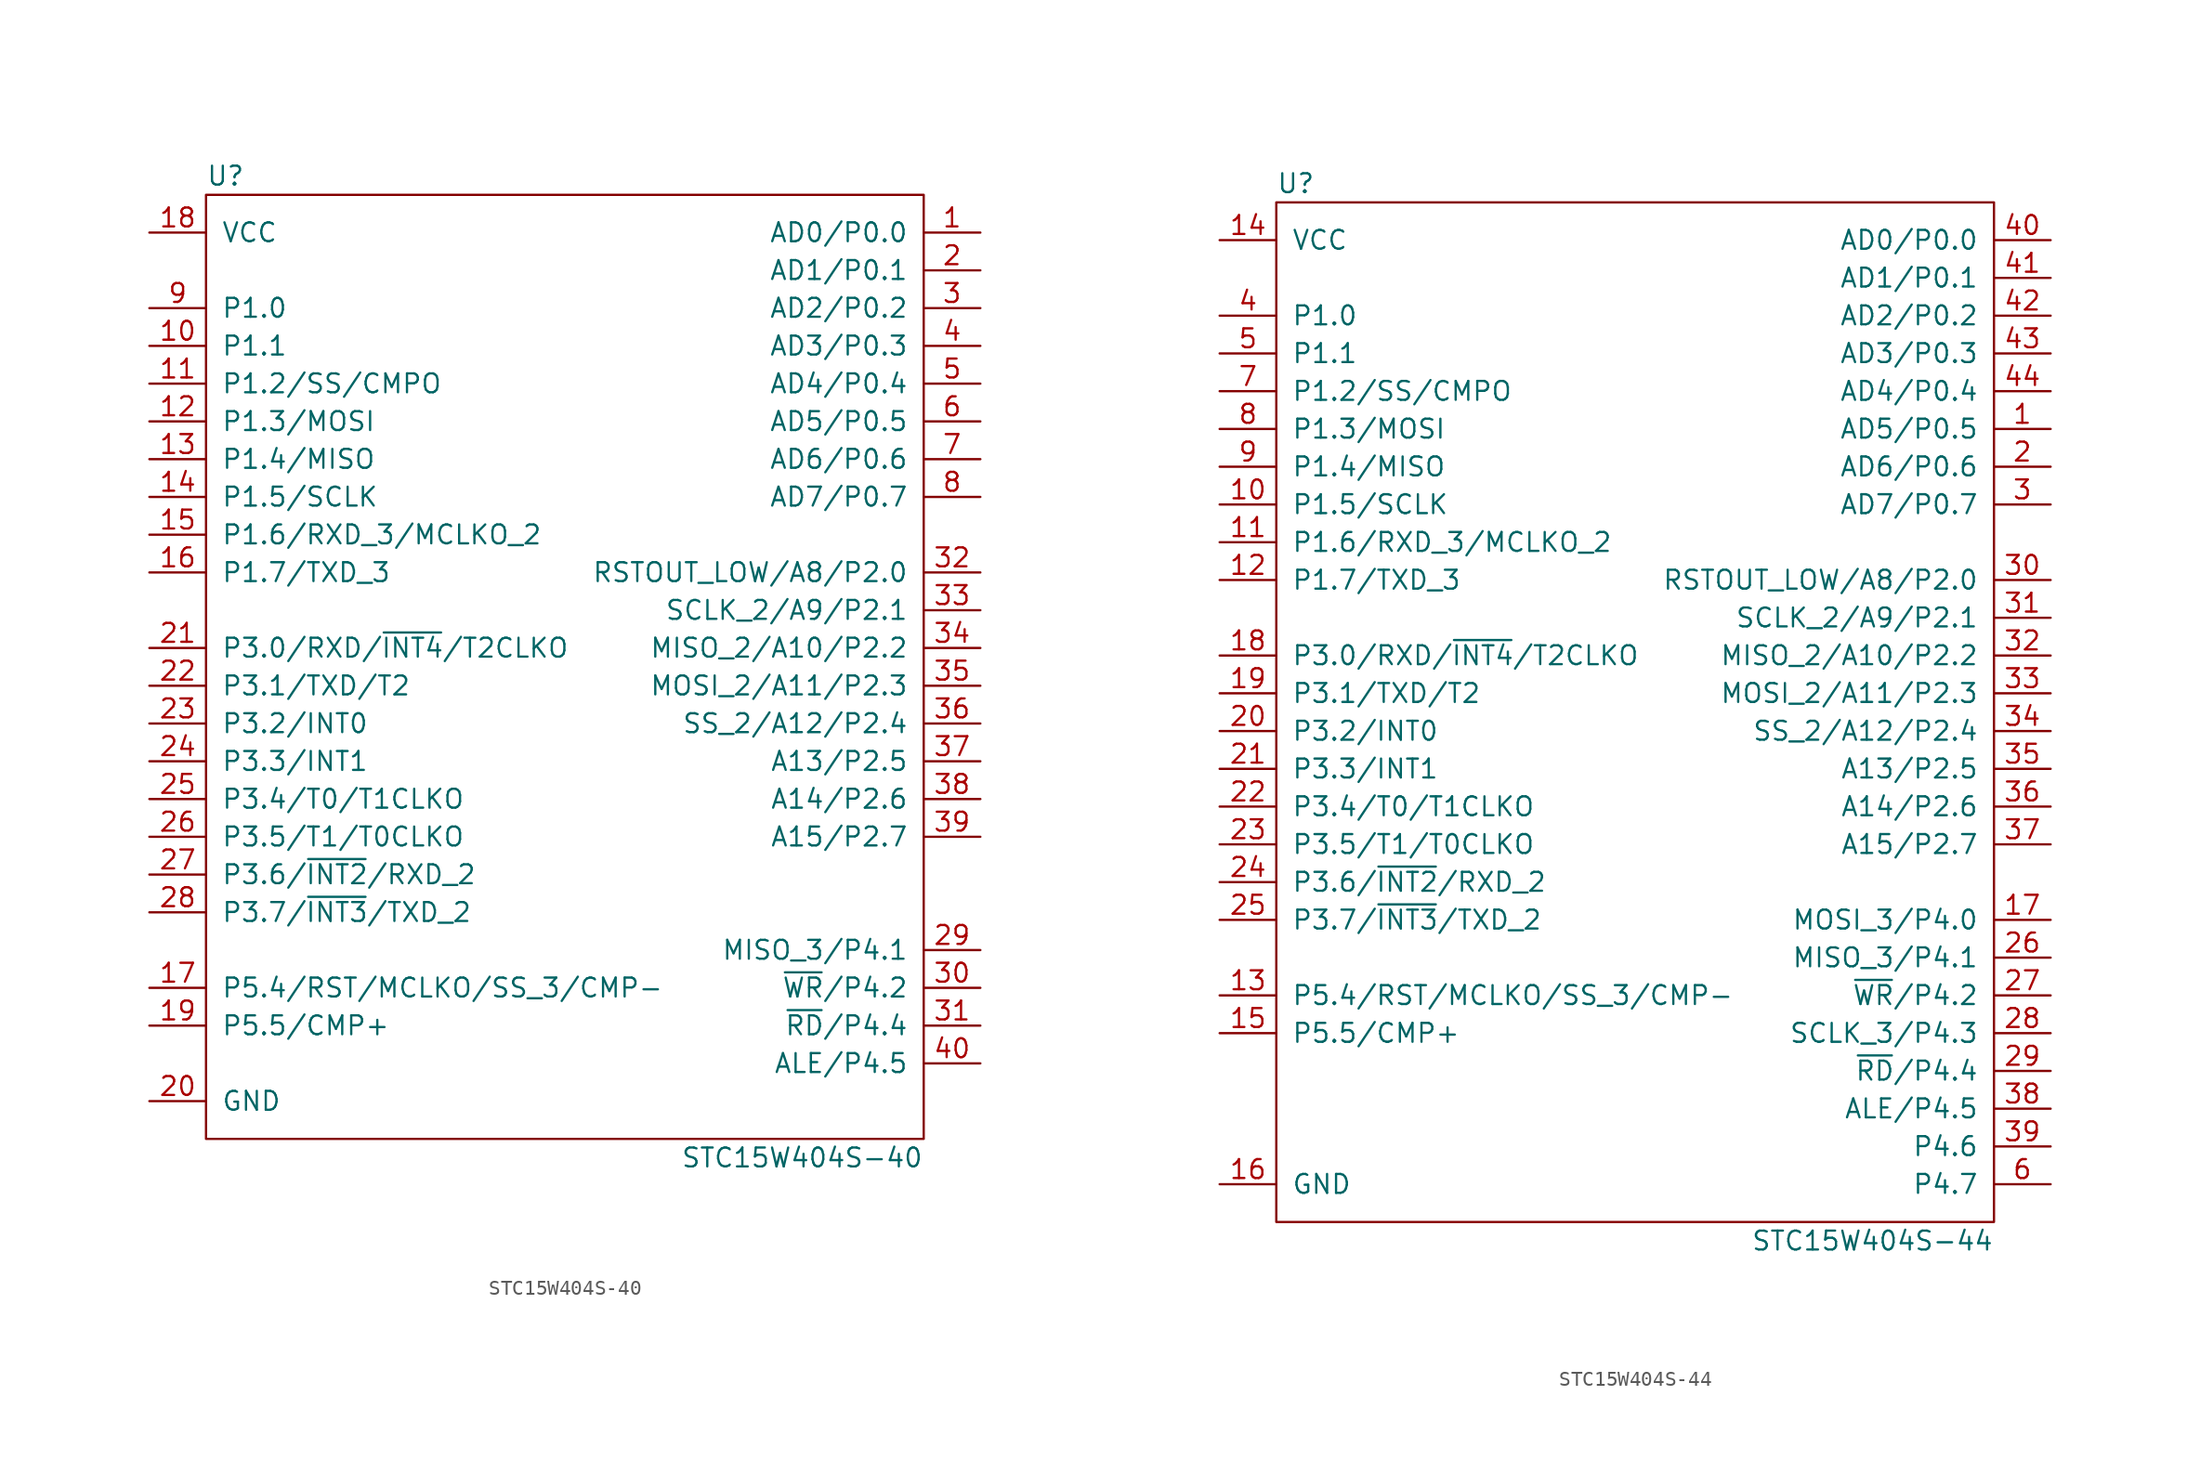
<source format=kicad_sym>
(kicad_symbol_lib
  (version 20211014)
  (generator kicad_symbol_editor)
  (symbol "STC15W404S-40"
    (pin_names
      (offset 1.016))
    (property "Reference" "U"
      (at -24.13 31.75 0)
      (effects (font (size 1.27 1.27)) (justify left)))
    (property "Value" "STC15W404S-40"
      (at 24.13 -34.29 0)
      (effects (font (size 1.27 1.27)) (justify right)))
    (symbol "STC15W404S-40_0_1"
      (rectangle (start -24.13 30.48) (end 24.13 -33.02) (stroke (width 0.152) (type default) (color 0 0 0 0)) (fill (type none))))
    (symbol "STC15W404S-40_1_1"
      (pin tri_state line (at 27.94 27.94 180) (length 3.81) (name "AD0/P0.0" (effects (font (size 1.27 1.27)))) (number "1" (effects (font (size 1.27 1.27)))))
      (pin tri_state line (at -27.94 20.32 0) (length 3.81) (name "P1.1" (effects (font (size 1.27 1.27)))) (number "10" (effects (font (size 1.27 1.27)))))
      (pin tri_state line (at -27.94 17.78 0) (length 3.81) (name "P1.2/SS/CMPO" (effects (font (size 1.27 1.27)))) (number "11" (effects (font (size 1.27 1.27)))))
      (pin tri_state line (at -27.94 15.24 0) (length 3.81) (name "P1.3/MOSI" (effects (font (size 1.27 1.27)))) (number "12" (effects (font (size 1.27 1.27)))))
      (pin tri_state line (at -27.94 12.7 0) (length 3.81) (name "P1.4/MISO" (effects (font (size 1.27 1.27)))) (number "13" (effects (font (size 1.27 1.27)))))
      (pin tri_state line (at -27.94 10.16 0) (length 3.81) (name "P1.5/SCLK" (effects (font (size 1.27 1.27)))) (number "14" (effects (font (size 1.27 1.27)))))
      (pin tri_state line (at -27.94 7.62 0) (length 3.81) (name "P1.6/RXD_3/MCLKO_2" (effects (font (size 1.27 1.27)))) (number "15" (effects (font (size 1.27 1.27)))))
      (pin tri_state line (at -27.94 5.08 0) (length 3.81) (name "P1.7/TXD_3" (effects (font (size 1.27 1.27)))) (number "16" (effects (font (size 1.27 1.27)))))
      (pin tri_state line (at -27.94 -22.86 0) (length 3.81) (name "P5.4/RST/MCLKO/SS_3/CMP-" (effects (font (size 1.27 1.27)))) (number "17" (effects (font (size 1.27 1.27)))))
      (pin power_in line (at -27.94 27.94 0) (length 3.81) (name "VCC" (effects (font (size 1.27 1.27)))) (number "18" (effects (font (size 1.27 1.27)))))
      (pin tri_state line (at -27.94 -25.4 0) (length 3.81) (name "P5.5/CMP+" (effects (font (size 1.27 1.27)))) (number "19" (effects (font (size 1.27 1.27)))))
      (pin tri_state line (at 27.94 25.4 180) (length 3.81) (name "AD1/P0.1" (effects (font (size 1.27 1.27)))) (number "2" (effects (font (size 1.27 1.27)))))
      (pin power_in line (at -27.94 -30.48 0) (length 3.81) (name "GND" (effects (font (size 1.27 1.27)))) (number "20" (effects (font (size 1.27 1.27)))))
      (pin tri_state line (at -27.94 0 0) (length 3.81) (name "P3.0/RXD/~{INT4}/T2CLKO" (effects (font (size 1.27 1.27)))) (number "21" (effects (font (size 1.27 1.27)))))
      (pin tri_state line (at -27.94 -2.54 0) (length 3.81) (name "P3.1/TXD/T2" (effects (font (size 1.27 1.27)))) (number "22" (effects (font (size 1.27 1.27)))))
      (pin tri_state line (at -27.94 -5.08 0) (length 3.81) (name "P3.2/INT0" (effects (font (size 1.27 1.27)))) (number "23" (effects (font (size 1.27 1.27)))))
      (pin tri_state line (at -27.94 -7.62 0) (length 3.81) (name "P3.3/INT1" (effects (font (size 1.27 1.27)))) (number "24" (effects (font (size 1.27 1.27)))))
      (pin tri_state line (at -27.94 -10.16 0) (length 3.81) (name "P3.4/T0/T1CLKO" (effects (font (size 1.27 1.27)))) (number "25" (effects (font (size 1.27 1.27)))))
      (pin tri_state line (at -27.94 -12.7 0) (length 3.81) (name "P3.5/T1/T0CLKO" (effects (font (size 1.27 1.27)))) (number "26" (effects (font (size 1.27 1.27)))))
      (pin tri_state line (at -27.94 -15.24 0) (length 3.81) (name "P3.6/~{INT2}/RXD_2" (effects (font (size 1.27 1.27)))) (number "27" (effects (font (size 1.27 1.27)))))
      (pin tri_state line (at -27.94 -17.78 0) (length 3.81) (name "P3.7/~{INT3}/TXD_2" (effects (font (size 1.27 1.27)))) (number "28" (effects (font (size 1.27 1.27)))))
      (pin tri_state line (at 27.94 -20.32 180) (length 3.81) (name "MISO_3/P4.1" (effects (font (size 1.27 1.27)))) (number "29" (effects (font (size 1.27 1.27)))))
      (pin tri_state line (at 27.94 22.86 180) (length 3.81) (name "AD2/P0.2" (effects (font (size 1.27 1.27)))) (number "3" (effects (font (size 1.27 1.27)))))
      (pin tri_state line (at 27.94 -22.86 180) (length 3.81) (name "~{WR}/P4.2" (effects (font (size 1.27 1.27)))) (number "30" (effects (font (size 1.27 1.27)))))
      (pin tri_state line (at 27.94 -25.4 180) (length 3.81) (name "~{RD}/P4.4" (effects (font (size 1.27 1.27)))) (number "31" (effects (font (size 1.27 1.27)))))
      (pin tri_state line (at 27.94 5.08 180) (length 3.81) (name "RSTOUT_LOW/A8/P2.0" (effects (font (size 1.27 1.27)))) (number "32" (effects (font (size 1.27 1.27)))))
      (pin tri_state line (at 27.94 2.54 180) (length 3.81) (name "SCLK_2/A9/P2.1" (effects (font (size 1.27 1.27)))) (number "33" (effects (font (size 1.27 1.27)))))
      (pin tri_state line (at 27.94 0 180) (length 3.81) (name "MISO_2/A10/P2.2" (effects (font (size 1.27 1.27)))) (number "34" (effects (font (size 1.27 1.27)))))
      (pin tri_state line (at 27.94 -2.54 180) (length 3.81) (name "MOSI_2/A11/P2.3" (effects (font (size 1.27 1.27)))) (number "35" (effects (font (size 1.27 1.27)))))
      (pin tri_state line (at 27.94 -5.08 180) (length 3.81) (name "SS_2/A12/P2.4" (effects (font (size 1.27 1.27)))) (number "36" (effects (font (size 1.27 1.27)))))
      (pin tri_state line (at 27.94 -7.62 180) (length 3.81) (name "A13/P2.5" (effects (font (size 1.27 1.27)))) (number "37" (effects (font (size 1.27 1.27)))))
      (pin tri_state line (at 27.94 -10.16 180) (length 3.81) (name "A14/P2.6" (effects (font (size 1.27 1.27)))) (number "38" (effects (font (size 1.27 1.27)))))
      (pin tri_state line (at 27.94 -12.7 180) (length 3.81) (name "A15/P2.7" (effects (font (size 1.27 1.27)))) (number "39" (effects (font (size 1.27 1.27)))))
      (pin tri_state line (at 27.94 20.32 180) (length 3.81) (name "AD3/P0.3" (effects (font (size 1.27 1.27)))) (number "4" (effects (font (size 1.27 1.27)))))
      (pin tri_state line (at 27.94 -27.94 180) (length 3.81) (name "ALE/P4.5" (effects (font (size 1.27 1.27)))) (number "40" (effects (font (size 1.27 1.27)))))
      (pin tri_state line (at 27.94 17.78 180) (length 3.81) (name "AD4/P0.4" (effects (font (size 1.27 1.27)))) (number "5" (effects (font (size 1.27 1.27)))))
      (pin tri_state line (at 27.94 15.24 180) (length 3.81) (name "AD5/P0.5" (effects (font (size 1.27 1.27)))) (number "6" (effects (font (size 1.27 1.27)))))
      (pin tri_state line (at 27.94 12.7 180) (length 3.81) (name "AD6/P0.6" (effects (font (size 1.27 1.27)))) (number "7" (effects (font (size 1.27 1.27)))))
      (pin tri_state line (at 27.94 10.16 180) (length 3.81) (name "AD7/P0.7" (effects (font (size 1.27 1.27)))) (number "8" (effects (font (size 1.27 1.27)))))
      (pin tri_state line (at -27.94 22.86 0) (length 3.81) (name "P1.0" (effects (font (size 1.27 1.27)))) (number "9" (effects (font (size 1.27 1.27)))))))
  (symbol "STC15W404S-44"
    (pin_names
      (offset 1.016))
    (property "Reference" "U"
      (at -24.13 34.29 0)
      (effects (font (size 1.27 1.27)) (justify left)))
    (property "Value" "STC15W404S-44"
      (at 24.13 -36.83 0)
      (effects (font (size 1.27 1.27)) (justify right)))
    (symbol "STC15W404S-44_0_1"
      (rectangle (start -24.13 33.02) (end 24.13 -35.56) (stroke (width 0.152) (type default) (color 0 0 0 0)) (fill (type none))))
    (symbol "STC15W404S-44_1_1"
      (pin tri_state line (at 27.94 17.78 180) (length 3.81) (name "AD5/P0.5" (effects (font (size 1.27 1.27)))) (number "1" (effects (font (size 1.27 1.27)))))
      (pin tri_state line (at -27.94 12.7 0) (length 3.81) (name "P1.5/SCLK" (effects (font (size 1.27 1.27)))) (number "10" (effects (font (size 1.27 1.27)))))
      (pin tri_state line (at -27.94 10.16 0) (length 3.81) (name "P1.6/RXD_3/MCLKO_2" (effects (font (size 1.27 1.27)))) (number "11" (effects (font (size 1.27 1.27)))))
      (pin tri_state line (at -27.94 7.62 0) (length 3.81) (name "P1.7/TXD_3" (effects (font (size 1.27 1.27)))) (number "12" (effects (font (size 1.27 1.27)))))
      (pin tri_state line (at -27.94 -20.32 0) (length 3.81) (name "P5.4/RST/MCLKO/SS_3/CMP-" (effects (font (size 1.27 1.27)))) (number "13" (effects (font (size 1.27 1.27)))))
      (pin power_in line (at -27.94 30.48 0) (length 3.81) (name "VCC" (effects (font (size 1.27 1.27)))) (number "14" (effects (font (size 1.27 1.27)))))
      (pin tri_state line (at -27.94 -22.86 0) (length 3.81) (name "P5.5/CMP+" (effects (font (size 1.27 1.27)))) (number "15" (effects (font (size 1.27 1.27)))))
      (pin power_in line (at -27.94 -33.02 0) (length 3.81) (name "GND" (effects (font (size 1.27 1.27)))) (number "16" (effects (font (size 1.27 1.27)))))
      (pin tri_state line (at 27.94 -15.24 180) (length 3.81) (name "MOSI_3/P4.0" (effects (font (size 1.27 1.27)))) (number "17" (effects (font (size 1.27 1.27)))))
      (pin tri_state line (at -27.94 2.54 0) (length 3.81) (name "P3.0/RXD/~{INT4}/T2CLKO" (effects (font (size 1.27 1.27)))) (number "18" (effects (font (size 1.27 1.27)))))
      (pin tri_state line (at -27.94 0 0) (length 3.81) (name "P3.1/TXD/T2" (effects (font (size 1.27 1.27)))) (number "19" (effects (font (size 1.27 1.27)))))
      (pin tri_state line (at 27.94 15.24 180) (length 3.81) (name "AD6/P0.6" (effects (font (size 1.27 1.27)))) (number "2" (effects (font (size 1.27 1.27)))))
      (pin tri_state line (at -27.94 -2.54 0) (length 3.81) (name "P3.2/INT0" (effects (font (size 1.27 1.27)))) (number "20" (effects (font (size 1.27 1.27)))))
      (pin tri_state line (at -27.94 -5.08 0) (length 3.81) (name "P3.3/INT1" (effects (font (size 1.27 1.27)))) (number "21" (effects (font (size 1.27 1.27)))))
      (pin tri_state line (at -27.94 -7.62 0) (length 3.81) (name "P3.4/T0/T1CLKO" (effects (font (size 1.27 1.27)))) (number "22" (effects (font (size 1.27 1.27)))))
      (pin tri_state line (at -27.94 -10.16 0) (length 3.81) (name "P3.5/T1/T0CLKO" (effects (font (size 1.27 1.27)))) (number "23" (effects (font (size 1.27 1.27)))))
      (pin tri_state line (at -27.94 -12.7 0) (length 3.81) (name "P3.6/~{INT2}/RXD_2" (effects (font (size 1.27 1.27)))) (number "24" (effects (font (size 1.27 1.27)))))
      (pin tri_state line (at -27.94 -15.24 0) (length 3.81) (name "P3.7/~{INT3}/TXD_2" (effects (font (size 1.27 1.27)))) (number "25" (effects (font (size 1.27 1.27)))))
      (pin tri_state line (at 27.94 -17.78 180) (length 3.81) (name "MISO_3/P4.1" (effects (font (size 1.27 1.27)))) (number "26" (effects (font (size 1.27 1.27)))))
      (pin tri_state line (at 27.94 -20.32 180) (length 3.81) (name "~{WR}/P4.2" (effects (font (size 1.27 1.27)))) (number "27" (effects (font (size 1.27 1.27)))))
      (pin tri_state line (at 27.94 -22.86 180) (length 3.81) (name "SCLK_3/P4.3" (effects (font (size 1.27 1.27)))) (number "28" (effects (font (size 1.27 1.27)))))
      (pin tri_state line (at 27.94 -25.4 180) (length 3.81) (name "~{RD}/P4.4" (effects (font (size 1.27 1.27)))) (number "29" (effects (font (size 1.27 1.27)))))
      (pin tri_state line (at 27.94 12.7 180) (length 3.81) (name "AD7/P0.7" (effects (font (size 1.27 1.27)))) (number "3" (effects (font (size 1.27 1.27)))))
      (pin tri_state line (at 27.94 7.62 180) (length 3.81) (name "RSTOUT_LOW/A8/P2.0" (effects (font (size 1.27 1.27)))) (number "30" (effects (font (size 1.27 1.27)))))
      (pin tri_state line (at 27.94 5.08 180) (length 3.81) (name "SCLK_2/A9/P2.1" (effects (font (size 1.27 1.27)))) (number "31" (effects (font (size 1.27 1.27)))))
      (pin tri_state line (at 27.94 2.54 180) (length 3.81) (name "MISO_2/A10/P2.2" (effects (font (size 1.27 1.27)))) (number "32" (effects (font (size 1.27 1.27)))))
      (pin tri_state line (at 27.94 0 180) (length 3.81) (name "MOSI_2/A11/P2.3" (effects (font (size 1.27 1.27)))) (number "33" (effects (font (size 1.27 1.27)))))
      (pin tri_state line (at 27.94 -2.54 180) (length 3.81) (name "SS_2/A12/P2.4" (effects (font (size 1.27 1.27)))) (number "34" (effects (font (size 1.27 1.27)))))
      (pin tri_state line (at 27.94 -5.08 180) (length 3.81) (name "A13/P2.5" (effects (font (size 1.27 1.27)))) (number "35" (effects (font (size 1.27 1.27)))))
      (pin tri_state line (at 27.94 -7.62 180) (length 3.81) (name "A14/P2.6" (effects (font (size 1.27 1.27)))) (number "36" (effects (font (size 1.27 1.27)))))
      (pin tri_state line (at 27.94 -10.16 180) (length 3.81) (name "A15/P2.7" (effects (font (size 1.27 1.27)))) (number "37" (effects (font (size 1.27 1.27)))))
      (pin tri_state line (at 27.94 -27.94 180) (length 3.81) (name "ALE/P4.5" (effects (font (size 1.27 1.27)))) (number "38" (effects (font (size 1.27 1.27)))))
      (pin tri_state line (at 27.94 -30.48 180) (length 3.81) (name "P4.6" (effects (font (size 1.27 1.27)))) (number "39" (effects (font (size 1.27 1.27)))))
      (pin tri_state line (at -27.94 25.4 0) (length 3.81) (name "P1.0" (effects (font (size 1.27 1.27)))) (number "4" (effects (font (size 1.27 1.27)))))
      (pin tri_state line (at 27.94 30.48 180) (length 3.81) (name "AD0/P0.0" (effects (font (size 1.27 1.27)))) (number "40" (effects (font (size 1.27 1.27)))))
      (pin tri_state line (at 27.94 27.94 180) (length 3.81) (name "AD1/P0.1" (effects (font (size 1.27 1.27)))) (number "41" (effects (font (size 1.27 1.27)))))
      (pin tri_state line (at 27.94 25.4 180) (length 3.81) (name "AD2/P0.2" (effects (font (size 1.27 1.27)))) (number "42" (effects (font (size 1.27 1.27)))))
      (pin tri_state line (at 27.94 22.86 180) (length 3.81) (name "AD3/P0.3" (effects (font (size 1.27 1.27)))) (number "43" (effects (font (size 1.27 1.27)))))
      (pin tri_state line (at 27.94 20.32 180) (length 3.81) (name "AD4/P0.4" (effects (font (size 1.27 1.27)))) (number "44" (effects (font (size 1.27 1.27)))))
      (pin tri_state line (at -27.94 22.86 0) (length 3.81) (name "P1.1" (effects (font (size 1.27 1.27)))) (number "5" (effects (font (size 1.27 1.27)))))
      (pin tri_state line (at 27.94 -33.02 180) (length 3.81) (name "P4.7" (effects (font (size 1.27 1.27)))) (number "6" (effects (font (size 1.27 1.27)))))
      (pin tri_state line (at -27.94 20.32 0) (length 3.81) (name "P1.2/SS/CMPO" (effects (font (size 1.27 1.27)))) (number "7" (effects (font (size 1.27 1.27)))))
      (pin tri_state line (at -27.94 17.78 0) (length 3.81) (name "P1.3/MOSI" (effects (font (size 1.27 1.27)))) (number "8" (effects (font (size 1.27 1.27)))))
      (pin tri_state line (at -27.94 15.24 0) (length 3.81) (name "P1.4/MISO" (effects (font (size 1.27 1.27)))) (number "9" (effects (font (size 1.27 1.27))))))))
</source>
